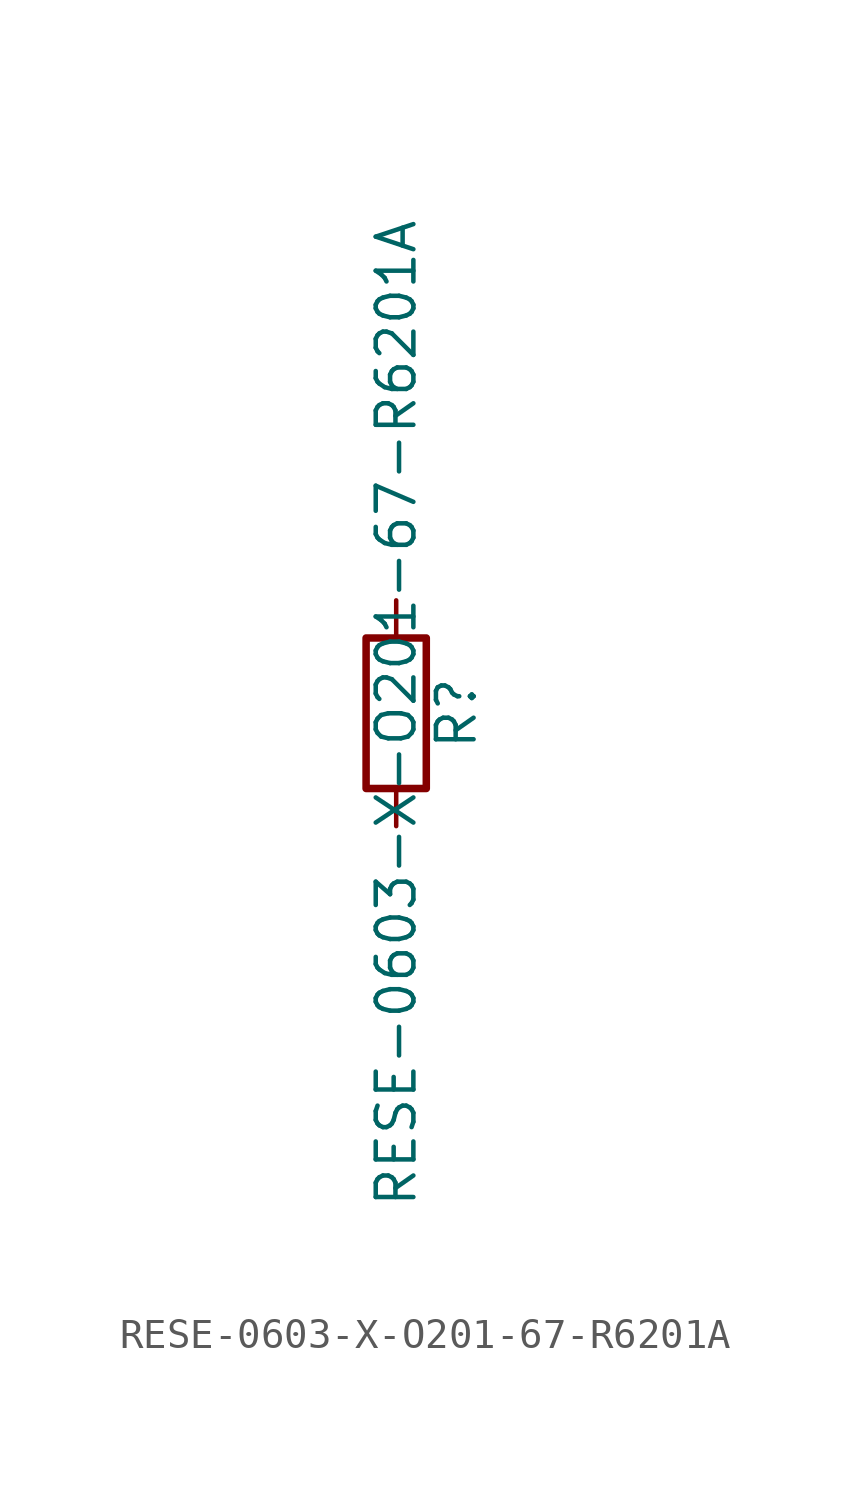
<source format=kicad_sym>
(kicad_symbol_lib
  (version 20211014)
  (generator kicad_symbol_editor)
  (symbol "RESE-0603-X-O201-67-R6201A"
    (pin_numbers hide)
    (pin_names
      (offset 0))
    (property "Reference" "R"
      (at 2.032 0 90)
      (effects (font (size 1.27 1.27))))
    (property "Value" "RESE-0603-X-O201-67-R6201A"
      (at 0 0 90)
      (effects (font (size 1.27 1.27))))
    (symbol "RESE-0603-X-O201-67-R6201A_0_1"
      (rectangle (start -1.016 -2.54) (end 1.016 2.54) (stroke (width 0.254) (type default) (color 0 0 0 0)) (fill (type none))))
    (symbol "RESE-0603-X-O201-67-R6201A_1_1"
      (pin passive line (at 0 3.81 270) (length 1.27) (name "~" (effects (font (size 1.27 1.27)))) (number "1" (effects (font (size 1.27 1.27)))))
      (pin passive line (at 0 -3.81 90) (length 1.27) (name "~" (effects (font (size 1.27 1.27)))) (number "2" (effects (font (size 1.27 1.27))))))))
</source>
